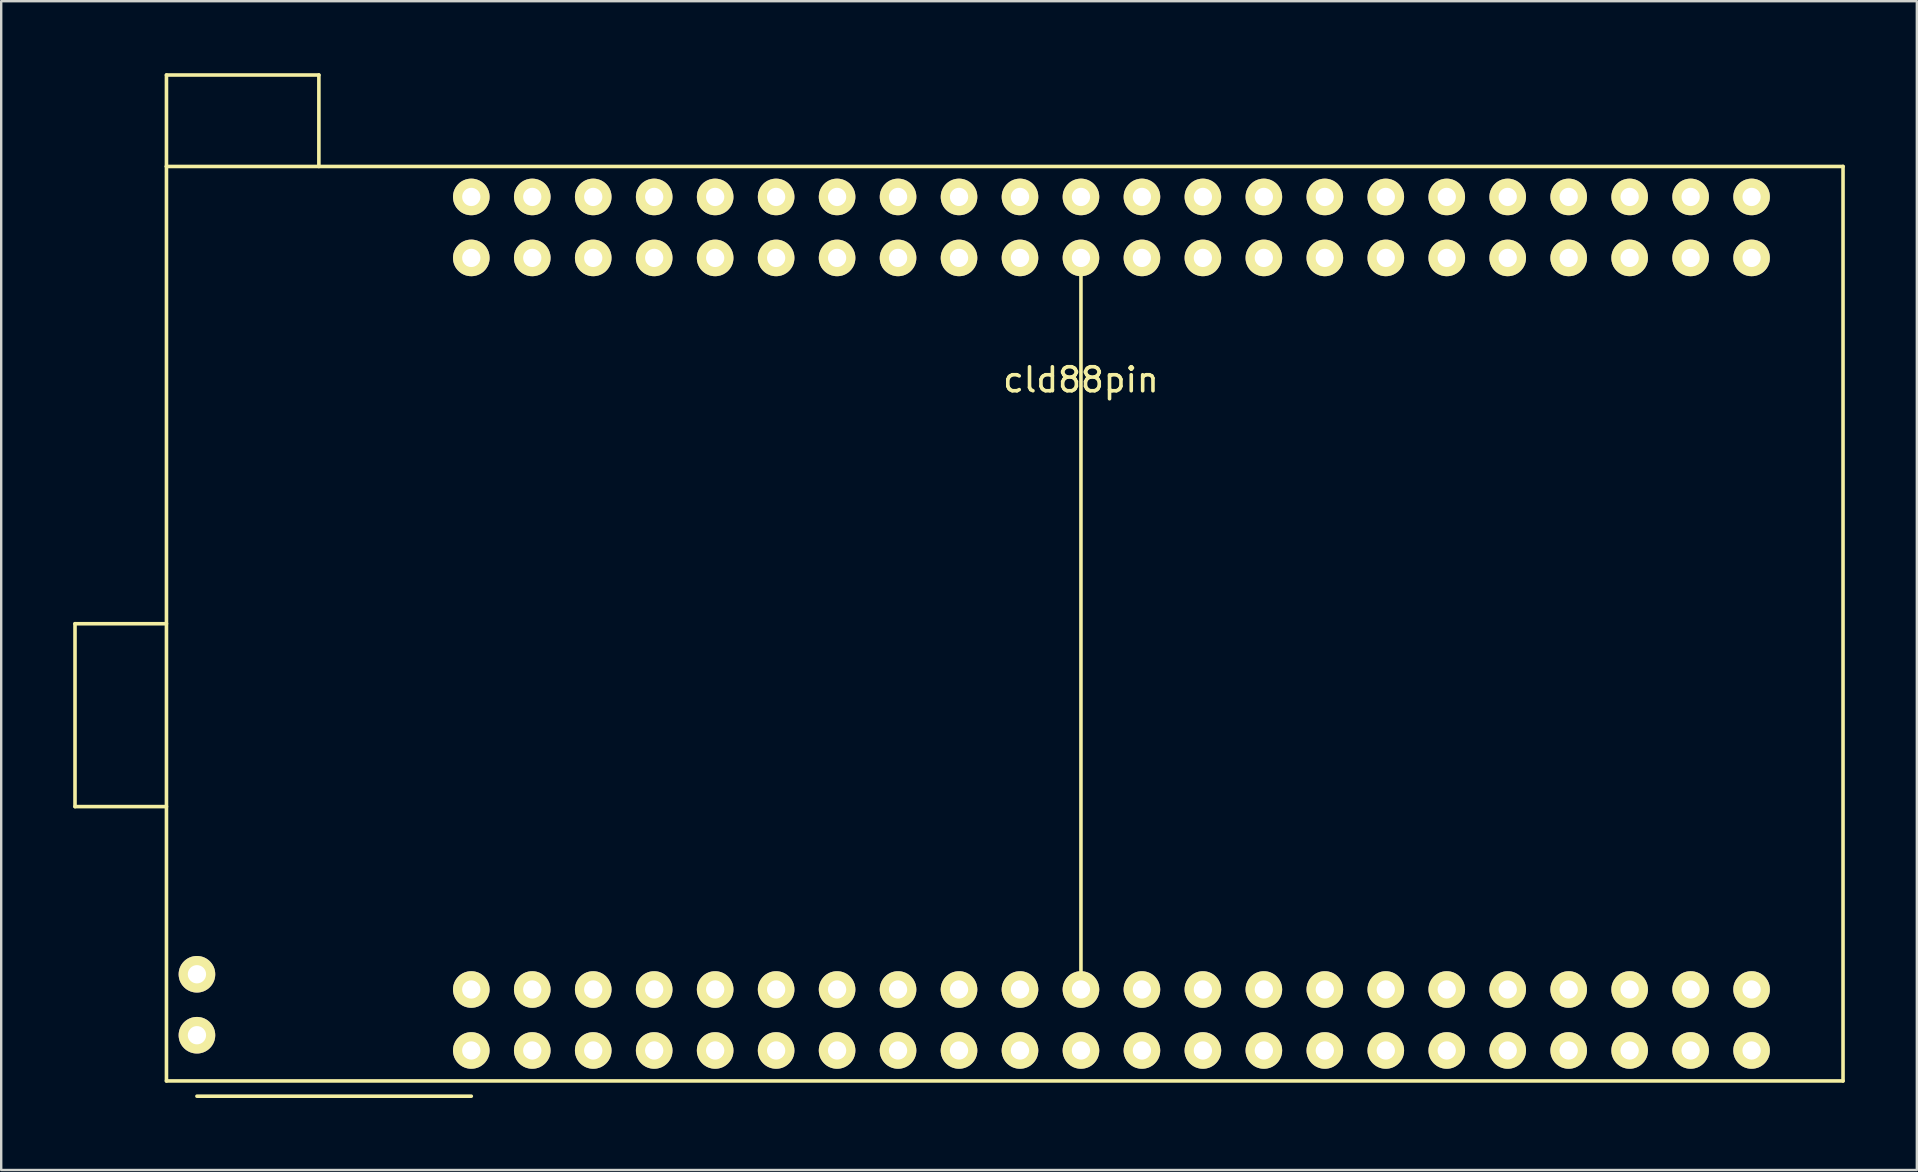
<source format=kicad_pcb>
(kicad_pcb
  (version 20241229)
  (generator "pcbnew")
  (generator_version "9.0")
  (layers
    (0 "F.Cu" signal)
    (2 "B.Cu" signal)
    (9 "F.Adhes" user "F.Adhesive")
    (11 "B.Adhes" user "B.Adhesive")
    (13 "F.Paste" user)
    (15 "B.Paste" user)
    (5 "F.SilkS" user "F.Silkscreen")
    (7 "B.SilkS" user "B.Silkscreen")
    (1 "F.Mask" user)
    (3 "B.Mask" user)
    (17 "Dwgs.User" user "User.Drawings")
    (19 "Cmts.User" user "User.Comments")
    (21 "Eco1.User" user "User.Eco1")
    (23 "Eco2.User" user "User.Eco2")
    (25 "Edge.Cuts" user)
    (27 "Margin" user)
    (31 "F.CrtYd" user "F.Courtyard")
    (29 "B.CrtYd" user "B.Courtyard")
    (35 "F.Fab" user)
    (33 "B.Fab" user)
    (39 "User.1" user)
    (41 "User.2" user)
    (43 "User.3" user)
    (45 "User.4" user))
  (footprint "cld88pin"
    (layer "F.Cu")
    (at 41.985 25.475)
    (property "Reference" "cld88pin" (at 0 -12.7 0) (layer "F.SilkS") (effects (font (size 1 1) (thickness 0.15))))
    (attr through_hole)
    (fp_line (start -41.91 -2.54) (end -38.1 -2.54) (stroke (width 0.15) (type solid)) (layer "F.SilkS"))
    (fp_line (start -41.91 5.08) (end -41.91 -2.54) (stroke (width 0.15) (type solid)) (layer "F.SilkS"))
    (fp_line (start -38.1 -25.4) (end -31.75 -25.4) (stroke (width 0.15) (type solid)) (layer "F.SilkS"))
    (fp_line (start -38.1 -21.59) (end -38.1 -25.4) (stroke (width 0.15) (type solid)) (layer "F.SilkS"))
    (fp_line (start -38.1 -21.59) (end -38.1 16.51) (stroke (width 0.15) (type solid)) (layer "F.SilkS"))
    (fp_line (start -38.1 5.08) (end -41.91 5.08) (stroke (width 0.15) (type solid)) (layer "F.SilkS"))
    (fp_line (start -38.1 16.51) (end 31.75 16.51) (stroke (width 0.15) (type solid)) (layer "F.SilkS"))
    (fp_line (start -36.83 17.145) (end -25.4 17.145) (stroke (width 0.15) (type solid)) (layer "F.SilkS"))
    (fp_line (start -31.75 -25.4) (end -31.75 -21.59) (stroke (width 0.15) (type solid)) (layer "F.SilkS"))
    (fp_line (start 0 -17.78) (end 0 12.7) (stroke (width 0.15) (type solid)) (layer "F.SilkS"))
    (fp_line (start 31.75 -21.59) (end -38.1 -21.59) (stroke (width 0.15) (type solid)) (layer "F.SilkS"))
    (fp_line (start 31.75 16.51) (end 31.75 -21.59) (stroke (width 0.15) (type solid)) (layer "F.SilkS"))
    (pad "1" thru_hole circle (at 27.94 -20.32) (size 1.524 1.524) (drill 0.762) (layers "*.Cu" "*.Mask" "F.SilkS"))
    (pad "2" thru_hole circle (at 27.94 -17.78) (size 1.524 1.524) (drill 0.762) (layers "*.Cu" "*.Mask" "F.SilkS"))
    (pad "3" thru_hole circle (at 25.4 -20.32) (size 1.524 1.524) (drill 0.762) (layers "*.Cu" "*.Mask" "F.SilkS"))
    (pad "4" thru_hole circle (at 25.4 -17.78) (size 1.524 1.524) (drill 0.762) (layers "*.Cu" "*.Mask" "F.SilkS"))
    (pad "5" thru_hole circle (at 22.86 -20.32) (size 1.524 1.524) (drill 0.762) (layers "*.Cu" "*.Mask" "F.SilkS"))
    (pad "6" thru_hole circle (at 22.86 -17.78) (size 1.524 1.524) (drill 0.762) (layers "*.Cu" "*.Mask" "F.SilkS"))
    (pad "7" thru_hole circle (at 20.32 -20.32) (size 1.524 1.524) (drill 0.762) (layers "*.Cu" "*.Mask" "F.SilkS"))
    (pad "8" thru_hole circle (at 20.32 -17.78) (size 1.524 1.524) (drill 0.762) (layers "*.Cu" "*.Mask" "F.SilkS"))
    (pad "9" thru_hole circle (at 17.78 -20.32) (size 1.524 1.524) (drill 0.762) (layers "*.Cu" "*.Mask" "F.SilkS"))
    (pad "10" thru_hole circle (at 17.78 -17.78) (size 1.524 1.524) (drill 0.762) (layers "*.Cu" "*.Mask" "F.SilkS"))
    (pad "11" thru_hole circle (at 15.24 -20.32) (size 1.524 1.524) (drill 0.762) (layers "*.Cu" "*.Mask" "F.SilkS"))
    (pad "12" thru_hole circle (at 15.24 -17.78) (size 1.524 1.524) (drill 0.762) (layers "*.Cu" "*.Mask" "F.SilkS"))
    (pad "13" thru_hole circle (at 12.7 -20.32) (size 1.524 1.524) (drill 0.762) (layers "*.Cu" "*.Mask" "F.SilkS"))
    (pad "14" thru_hole circle (at 12.7 -17.78) (size 1.524 1.524) (drill 0.762) (layers "*.Cu" "*.Mask" "F.SilkS"))
    (pad "15" thru_hole circle (at 10.16 -20.32) (size 1.524 1.524) (drill 0.762) (layers "*.Cu" "*.Mask" "F.SilkS"))
    (pad "16" thru_hole circle (at 10.16 -17.78) (size 1.524 1.524) (drill 0.762) (layers "*.Cu" "*.Mask" "F.SilkS"))
    (pad "17" thru_hole circle (at 7.62 -20.32) (size 1.524 1.524) (drill 0.762) (layers "*.Cu" "*.Mask" "F.SilkS"))
    (pad "18" thru_hole circle (at 7.62 -17.78) (size 1.524 1.524) (drill 0.762) (layers "*.Cu" "*.Mask" "F.SilkS"))
    (pad "19" thru_hole circle (at 5.08 -20.32) (size 1.524 1.524) (drill 0.762) (layers "*.Cu" "*.Mask" "F.SilkS"))
    (pad "20" thru_hole circle (at 5.08 -17.78) (size 1.524 1.524) (drill 0.762) (layers "*.Cu" "*.Mask" "F.SilkS"))
    (pad "21" thru_hole circle (at 2.54 -20.32) (size 1.524 1.524) (drill 0.762) (layers "*.Cu" "*.Mask" "F.SilkS"))
    (pad "22" thru_hole circle (at 2.54 -17.78) (size 1.524 1.524) (drill 0.762) (layers "*.Cu" "*.Mask" "F.SilkS"))
    (pad "23" thru_hole circle (at 0 -20.32) (size 1.524 1.524) (drill 0.762) (layers "*.Cu" "*.Mask" "F.SilkS"))
    (pad "24" thru_hole circle (at 0 -17.78) (size 1.524 1.524) (drill 0.762) (layers "*.Cu" "*.Mask" "F.SilkS"))
    (pad "25" thru_hole circle (at -2.54 -20.32) (size 1.524 1.524) (drill 0.762) (layers "*.Cu" "*.Mask" "F.SilkS"))
    (pad "26" thru_hole circle (at -2.54 -17.78) (size 1.524 1.524) (drill 0.762) (layers "*.Cu" "*.Mask" "F.SilkS"))
    (pad "27" thru_hole circle (at -5.08 -20.32) (size 1.524 1.524) (drill 0.762) (layers "*.Cu" "*.Mask" "F.SilkS"))
    (pad "28" thru_hole circle (at -5.08 -17.78) (size 1.524 1.524) (drill 0.762) (layers "*.Cu" "*.Mask" "F.SilkS"))
    (pad "29" thru_hole circle (at -7.62 -20.32) (size 1.524 1.524) (drill 0.762) (layers "*.Cu" "*.Mask" "F.SilkS"))
    (pad "30" thru_hole circle (at -7.62 -17.78) (size 1.524 1.524) (drill 0.762) (layers "*.Cu" "*.Mask" "F.SilkS"))
    (pad "31" thru_hole circle (at -10.16 -20.32) (size 1.524 1.524) (drill 0.762) (layers "*.Cu" "*.Mask" "F.SilkS"))
    (pad "32" thru_hole circle (at -10.16 -17.78) (size 1.524 1.524) (drill 0.762) (layers "*.Cu" "*.Mask" "F.SilkS"))
    (pad "33" thru_hole circle (at -12.7 -20.32) (size 1.524 1.524) (drill 0.762) (layers "*.Cu" "*.Mask" "F.SilkS"))
    (pad "34" thru_hole circle (at -12.7 -17.78) (size 1.524 1.524) (drill 0.762) (layers "*.Cu" "*.Mask" "F.SilkS"))
    (pad "35" thru_hole circle (at -15.24 -20.32) (size 1.524 1.524) (drill 0.762) (layers "*.Cu" "*.Mask" "F.SilkS"))
    (pad "36" thru_hole circle (at -15.24 -17.78) (size 1.524 1.524) (drill 0.762) (layers "*.Cu" "*.Mask" "F.SilkS"))
    (pad "37" thru_hole circle (at -17.78 -20.32) (size 1.524 1.524) (drill 0.762) (layers "*.Cu" "*.Mask" "F.SilkS"))
    (pad "38" thru_hole circle (at -17.78 -17.78) (size 1.524 1.524) (drill 0.762) (layers "*.Cu" "*.Mask" "F.SilkS"))
    (pad "39" thru_hole circle (at -20.32 -20.32) (size 1.524 1.524) (drill 0.762) (layers "*.Cu" "*.Mask" "F.SilkS"))
    (pad "40" thru_hole circle (at -20.32 -17.78) (size 1.524 1.524) (drill 0.762) (layers "*.Cu" "*.Mask" "F.SilkS"))
    (pad "41" thru_hole circle (at -22.86 -20.32) (size 1.524 1.524) (drill 0.762) (layers "*.Cu" "*.Mask" "F.SilkS"))
    (pad "42" thru_hole circle (at -22.86 -17.78) (size 1.524 1.524) (drill 0.762) (layers "*.Cu" "*.Mask" "F.SilkS"))
    (pad "43" thru_hole circle (at -25.4 -20.32) (size 1.524 1.524) (drill 0.762) (layers "*.Cu" "*.Mask" "F.SilkS"))
    (pad "44" thru_hole circle (at -25.4 -17.78) (size 1.524 1.524) (drill 0.762) (layers "*.Cu" "*.Mask" "F.SilkS"))
    (pad "45" thru_hole circle (at -25.4 15.24) (size 1.524 1.524) (drill 0.762) (layers "*.Cu" "*.Mask" "F.SilkS"))
    (pad "46" thru_hole circle (at -25.4 12.7) (size 1.524 1.524) (drill 0.762) (layers "*.Cu" "*.Mask" "F.SilkS"))
    (pad "47" thru_hole circle (at -22.86 15.24) (size 1.524 1.524) (drill 0.762) (layers "*.Cu" "*.Mask" "F.SilkS"))
    (pad "48" thru_hole circle (at -22.86 12.7) (size 1.524 1.524) (drill 0.762) (layers "*.Cu" "*.Mask" "F.SilkS"))
    (pad "49" thru_hole circle (at -20.32 15.24) (size 1.524 1.524) (drill 0.762) (layers "*.Cu" "*.Mask" "F.SilkS"))
    (pad "50" thru_hole circle (at -20.32 12.7) (size 1.524 1.524) (drill 0.762) (layers "*.Cu" "*.Mask" "F.SilkS"))
    (pad "51" thru_hole circle (at -17.78 15.24) (size 1.524 1.524) (drill 0.762) (layers "*.Cu" "*.Mask" "F.SilkS"))
    (pad "52" thru_hole circle (at -17.78 12.7) (size 1.524 1.524) (drill 0.762) (layers "*.Cu" "*.Mask" "F.SilkS"))
    (pad "53" thru_hole circle (at -15.24 15.24) (size 1.524 1.524) (drill 0.762) (layers "*.Cu" "*.Mask" "F.SilkS"))
    (pad "54" thru_hole circle (at -15.24 12.7) (size 1.524 1.524) (drill 0.762) (layers "*.Cu" "*.Mask" "F.SilkS"))
    (pad "55" thru_hole circle (at -12.7 15.24) (size 1.524 1.524) (drill 0.762) (layers "*.Cu" "*.Mask" "F.SilkS"))
    (pad "56" thru_hole circle (at -12.7 12.7) (size 1.524 1.524) (drill 0.762) (layers "*.Cu" "*.Mask" "F.SilkS"))
    (pad "57" thru_hole circle (at -10.16 15.24) (size 1.524 1.524) (drill 0.762) (layers "*.Cu" "*.Mask" "F.SilkS"))
    (pad "58" thru_hole circle (at -10.16 12.7) (size 1.524 1.524) (drill 0.762) (layers "*.Cu" "*.Mask" "F.SilkS"))
    (pad "59" thru_hole circle (at -7.62 15.24) (size 1.524 1.524) (drill 0.762) (layers "*.Cu" "*.Mask" "F.SilkS"))
    (pad "60" thru_hole circle (at -7.62 12.7) (size 1.524 1.524) (drill 0.762) (layers "*.Cu" "*.Mask" "F.SilkS"))
    (pad "61" thru_hole circle (at -5.08 15.24) (size 1.524 1.524) (drill 0.762) (layers "*.Cu" "*.Mask" "F.SilkS"))
    (pad "62" thru_hole circle (at -5.08 12.7) (size 1.524 1.524) (drill 0.762) (layers "*.Cu" "*.Mask" "F.SilkS"))
    (pad "63" thru_hole circle (at -2.54 15.24) (size 1.524 1.524) (drill 0.762) (layers "*.Cu" "*.Mask" "F.SilkS"))
    (pad "64" thru_hole circle (at -2.54 12.7) (size 1.524 1.524) (drill 0.762) (layers "*.Cu" "*.Mask" "F.SilkS"))
    (pad "65" thru_hole circle (at 0 15.24) (size 1.524 1.524) (drill 0.762) (layers "*.Cu" "*.Mask" "F.SilkS"))
    (pad "66" thru_hole circle (at 0 12.7) (size 1.524 1.524) (drill 0.762) (layers "*.Cu" "*.Mask" "F.SilkS"))
    (pad "67" thru_hole circle (at 2.54 15.24) (size 1.524 1.524) (drill 0.762) (layers "*.Cu" "*.Mask" "F.SilkS"))
    (pad "68" thru_hole circle (at 2.54 12.7) (size 1.524 1.524) (drill 0.762) (layers "*.Cu" "*.Mask" "F.SilkS"))
    (pad "69" thru_hole circle (at 5.08 15.24) (size 1.524 1.524) (drill 0.762) (layers "*.Cu" "*.Mask" "F.SilkS"))
    (pad "70" thru_hole circle (at 5.08 12.7) (size 1.524 1.524) (drill 0.762) (layers "*.Cu" "*.Mask" "F.SilkS"))
    (pad "71" thru_hole circle (at 7.62 15.24) (size 1.524 1.524) (drill 0.762) (layers "*.Cu" "*.Mask" "F.SilkS"))
    (pad "72" thru_hole circle (at 7.62 12.7) (size 1.524 1.524) (drill 0.762) (layers "*.Cu" "*.Mask" "F.SilkS"))
    (pad "73" thru_hole circle (at 10.16 15.24) (size 1.524 1.524) (drill 0.762) (layers "*.Cu" "*.Mask" "F.SilkS"))
    (pad "74" thru_hole circle (at 10.16 12.7) (size 1.524 1.524) (drill 0.762) (layers "*.Cu" "*.Mask" "F.SilkS"))
    (pad "75" thru_hole circle (at 12.7 15.24) (size 1.524 1.524) (drill 0.762) (layers "*.Cu" "*.Mask" "F.SilkS"))
    (pad "76" thru_hole circle (at 12.7 12.7) (size 1.524 1.524) (drill 0.762) (layers "*.Cu" "*.Mask" "F.SilkS"))
    (pad "77" thru_hole circle (at 15.24 15.24) (size 1.524 1.524) (drill 0.762) (layers "*.Cu" "*.Mask" "F.SilkS"))
    (pad "78" thru_hole circle (at 15.24 12.7) (size 1.524 1.524) (drill 0.762) (layers "*.Cu" "*.Mask" "F.SilkS"))
    (pad "79" thru_hole circle (at 17.78 15.24) (size 1.524 1.524) (drill 0.762) (layers "*.Cu" "*.Mask" "F.SilkS"))
    (pad "80" thru_hole circle (at 17.78 12.7) (size 1.524 1.524) (drill 0.762) (layers "*.Cu" "*.Mask" "F.SilkS"))
    (pad "81" thru_hole circle (at 20.32 15.24) (size 1.524 1.524) (drill 0.762) (layers "*.Cu" "*.Mask" "F.SilkS"))
    (pad "82" thru_hole circle (at 20.32 12.7) (size 1.524 1.524) (drill 0.762) (layers "*.Cu" "*.Mask" "F.SilkS"))
    (pad "83" thru_hole circle (at 22.86 15.24) (size 1.524 1.524) (drill 0.762) (layers "*.Cu" "*.Mask" "F.SilkS"))
    (pad "84" thru_hole circle (at 22.86 12.7) (size 1.524 1.524) (drill 0.762) (layers "*.Cu" "*.Mask" "F.SilkS"))
    (pad "85" thru_hole circle (at 25.4 15.24) (size 1.524 1.524) (drill 0.762) (layers "*.Cu" "*.Mask" "F.SilkS"))
    (pad "86" thru_hole circle (at 25.4 12.7) (size 1.524 1.524) (drill 0.762) (layers "*.Cu" "*.Mask" "F.SilkS"))
    (pad "87" thru_hole circle (at 27.94 15.24) (size 1.524 1.524) (drill 0.762) (layers "*.Cu" "*.Mask" "F.SilkS"))
    (pad "88" thru_hole circle (at 27.94 12.7) (size 1.524 1.524) (drill 0.762) (layers "*.Cu" "*.Mask" "F.SilkS"))
    (pad "89" thru_hole circle (at -36.83 12.065) (size 1.524 1.524) (drill 0.762) (layers "*.Cu" "*.Mask" "F.SilkS"))
    (pad "90" thru_hole circle (at -36.83 14.605) (size 1.524 1.524) (drill 0.762) (layers "*.Cu" "*.Mask" "F.SilkS")))
  (gr_rect
    (start -3 -3)
    (end 76.81 45.695)
    (stroke (width 0.1) (type default))
    (fill no)
    (layer "Edge.Cuts")))
</source>
